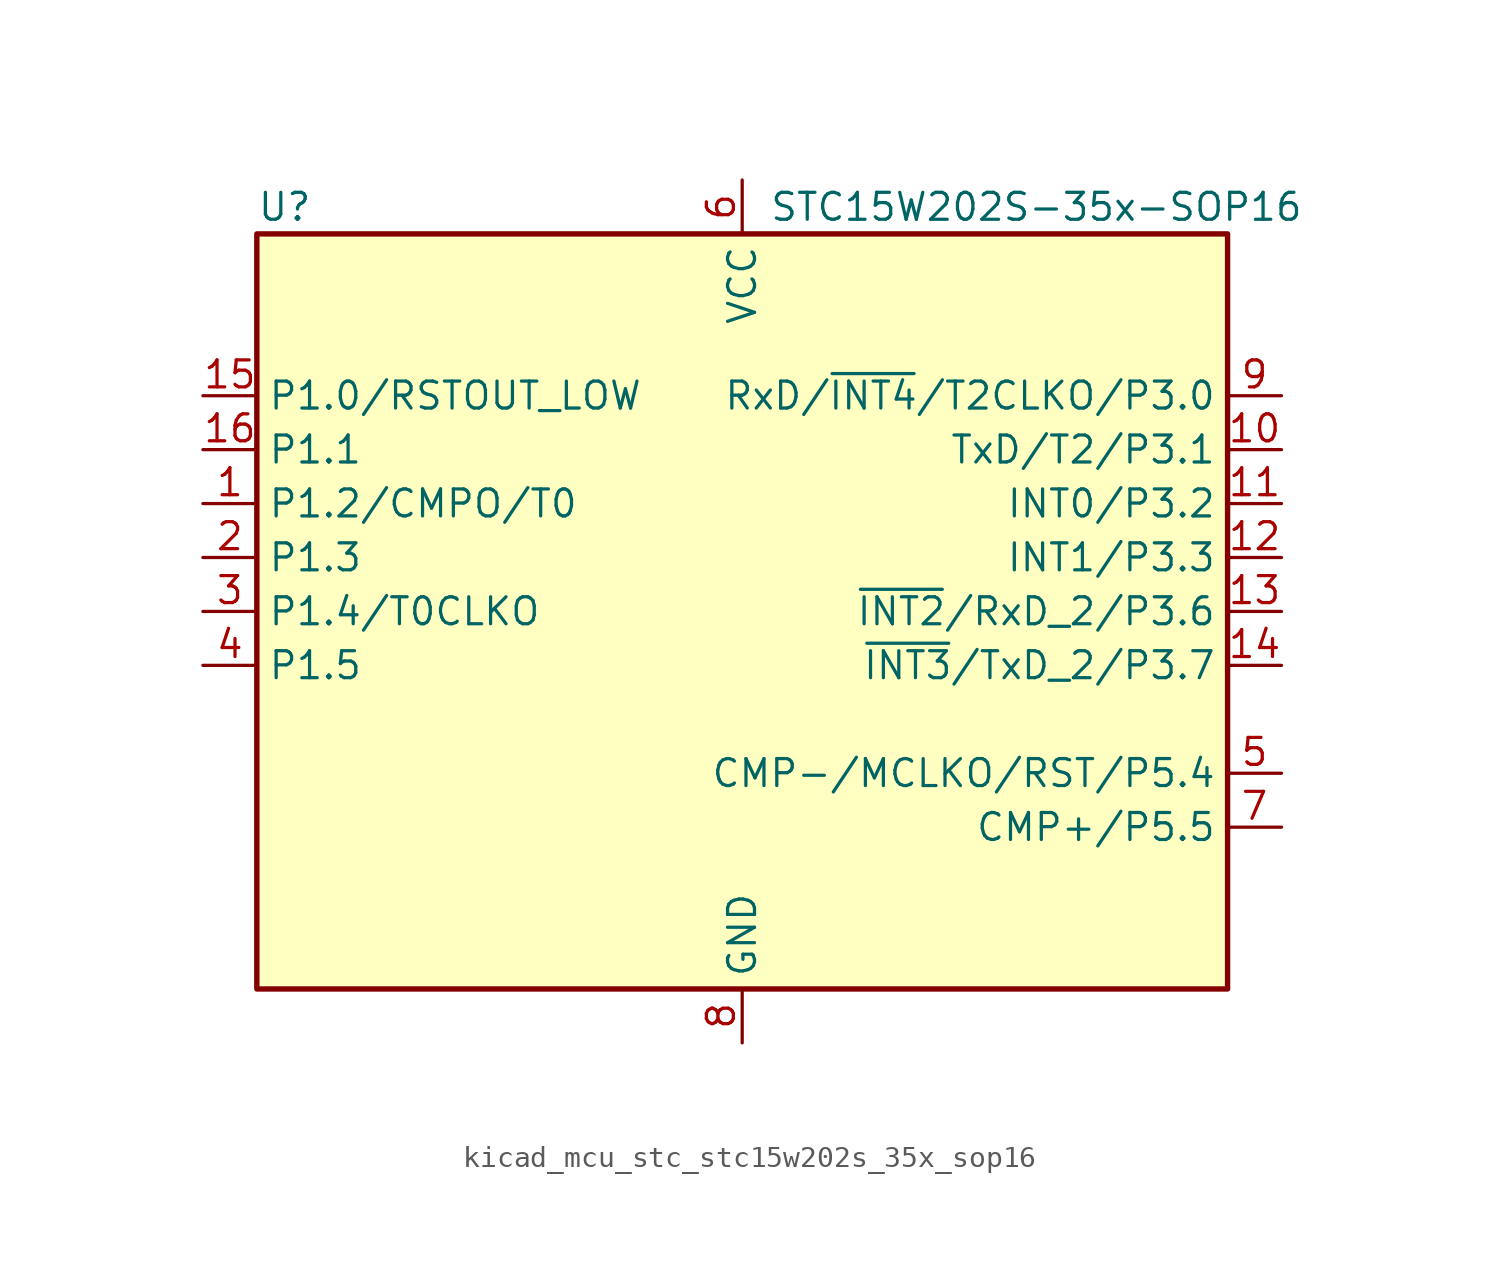
<source format=kicad_sym>
(kicad_symbol_lib
  (version 20220914)
  (generator kicad_symbol_editor)
  (symbol "kicad_mcu_stc_stc15w202s_35x_sop16"
    (property "Reference" "U"
      (at -22.86 19.05 0)
      (effects (font (size 1.27 1.27)) (justify left)))
    (property "Value" "STC15W202S-35x-SOP16"
      (at 1.27 19.05 0)
      (effects (font (size 1.27 1.27)) (justify left)))
    (symbol "kicad_mcu_stc_stc15w202s_35x_sop16_0_1"
      (rectangle (start -22.86 17.78) (end 22.86 -17.78) (stroke (width 0.254) (type default)) (fill (type background))))
    (symbol "kicad_mcu_stc_stc15w202s_35x_sop16_1_1"
      (pin bidirectional line (at -25.4 5.08 0) (length 2.54) (name "P1.2/CMPO/T0" (effects (font (size 1.27 1.27)))) (number "1" (effects (font (size 1.27 1.27)))))
      (pin bidirectional line (at 25.4 7.62 180) (length 2.54) (name "TxD/T2/P3.1" (effects (font (size 1.27 1.27)))) (number "10" (effects (font (size 1.27 1.27)))))
      (pin bidirectional line (at 25.4 5.08 180) (length 2.54) (name "INT0/P3.2" (effects (font (size 1.27 1.27)))) (number "11" (effects (font (size 1.27 1.27)))))
      (pin bidirectional line (at 25.4 2.54 180) (length 2.54) (name "INT1/P3.3" (effects (font (size 1.27 1.27)))) (number "12" (effects (font (size 1.27 1.27)))))
      (pin bidirectional line (at 25.4 0 180) (length 2.54) (name "~{INT2}/RxD_2/P3.6" (effects (font (size 1.27 1.27)))) (number "13" (effects (font (size 1.27 1.27)))))
      (pin bidirectional line (at 25.4 -2.54 180) (length 2.54) (name "~{INT3}/TxD_2/P3.7" (effects (font (size 1.27 1.27)))) (number "14" (effects (font (size 1.27 1.27)))))
      (pin bidirectional line (at -25.4 10.16 0) (length 2.54) (name "P1.0/RSTOUT_LOW" (effects (font (size 1.27 1.27)))) (number "15" (effects (font (size 1.27 1.27)))))
      (pin bidirectional line (at -25.4 7.62 0) (length 2.54) (name "P1.1" (effects (font (size 1.27 1.27)))) (number "16" (effects (font (size 1.27 1.27)))))
      (pin bidirectional line (at -25.4 2.54 0) (length 2.54) (name "P1.3" (effects (font (size 1.27 1.27)))) (number "2" (effects (font (size 1.27 1.27)))))
      (pin bidirectional line (at -25.4 0 0) (length 2.54) (name "P1.4/T0CLKO" (effects (font (size 1.27 1.27)))) (number "3" (effects (font (size 1.27 1.27)))))
      (pin bidirectional line (at -25.4 -2.54 0) (length 2.54) (name "P1.5" (effects (font (size 1.27 1.27)))) (number "4" (effects (font (size 1.27 1.27)))))
      (pin bidirectional line (at 25.4 -7.62 180) (length 2.54) (name "CMP-/MCLKO/RST/P5.4" (effects (font (size 1.27 1.27)))) (number "5" (effects (font (size 1.27 1.27)))))
      (pin power_in line (at 0 20.32 270) (length 2.54) (name "VCC" (effects (font (size 1.27 1.27)))) (number "6" (effects (font (size 1.27 1.27)))))
      (pin bidirectional line (at 25.4 -10.16 180) (length 2.54) (name "CMP+/P5.5" (effects (font (size 1.27 1.27)))) (number "7" (effects (font (size 1.27 1.27)))))
      (pin power_in line (at 0 -20.32 90) (length 2.54) (name "GND" (effects (font (size 1.27 1.27)))) (number "8" (effects (font (size 1.27 1.27)))))
      (pin bidirectional line (at 25.4 10.16 180) (length 2.54) (name "RxD/~{INT4}/T2CLKO/P3.0" (effects (font (size 1.27 1.27)))) (number "9" (effects (font (size 1.27 1.27))))))))
</source>
